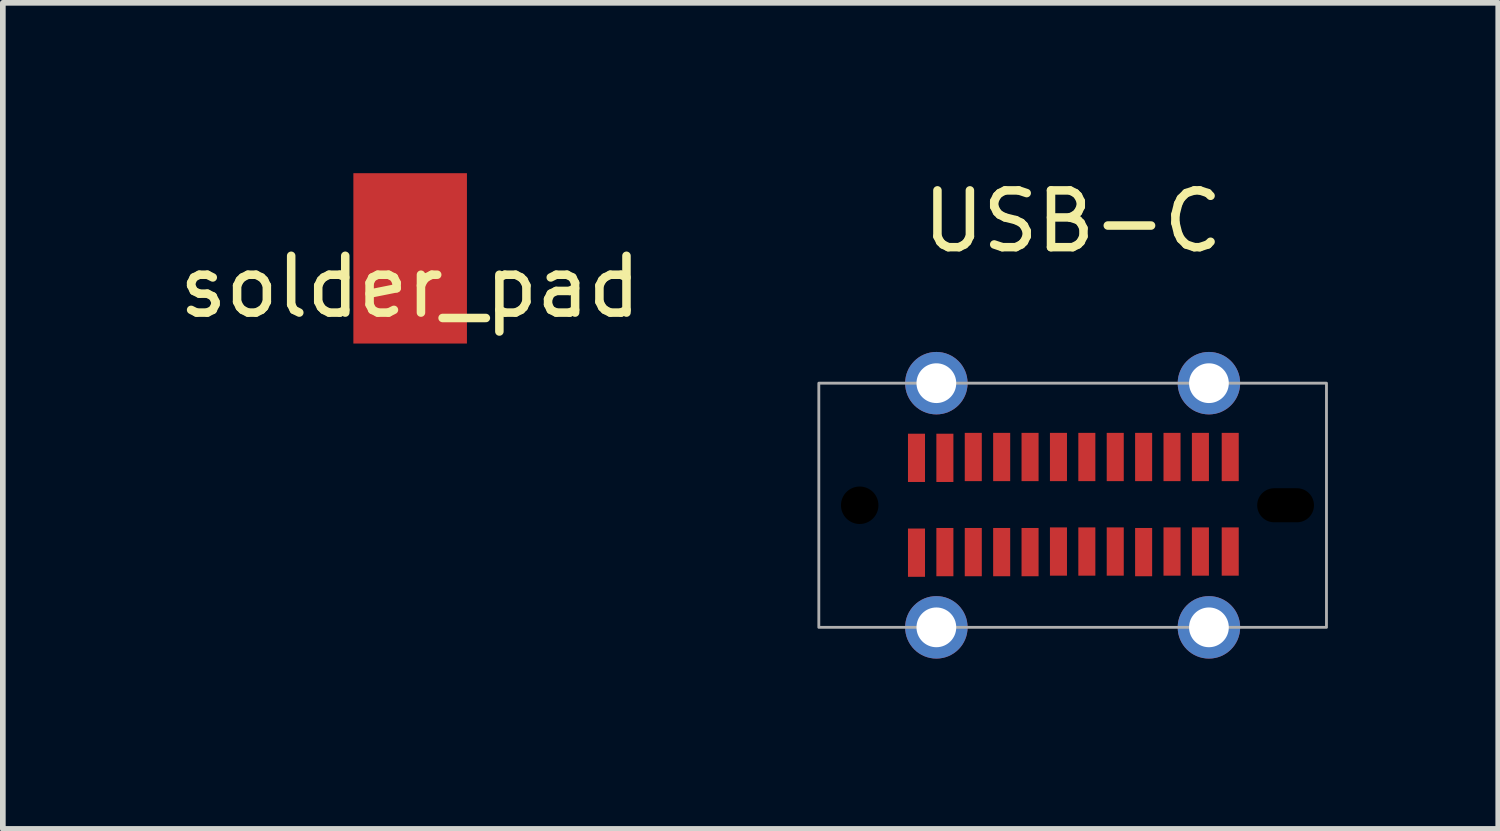
<source format=kicad_pcb>
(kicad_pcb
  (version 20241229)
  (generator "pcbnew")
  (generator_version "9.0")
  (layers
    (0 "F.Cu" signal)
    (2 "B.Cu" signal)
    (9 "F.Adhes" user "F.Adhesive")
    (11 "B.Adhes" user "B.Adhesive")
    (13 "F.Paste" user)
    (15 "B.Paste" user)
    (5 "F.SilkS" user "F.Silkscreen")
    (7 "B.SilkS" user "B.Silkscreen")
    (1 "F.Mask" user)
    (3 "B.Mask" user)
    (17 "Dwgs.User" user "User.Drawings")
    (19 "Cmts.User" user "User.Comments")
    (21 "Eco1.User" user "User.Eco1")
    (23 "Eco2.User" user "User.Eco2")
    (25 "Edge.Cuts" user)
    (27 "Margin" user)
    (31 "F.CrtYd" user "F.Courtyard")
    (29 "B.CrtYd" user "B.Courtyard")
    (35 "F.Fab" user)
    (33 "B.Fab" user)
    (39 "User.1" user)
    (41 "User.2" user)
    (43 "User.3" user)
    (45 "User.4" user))
  (footprint "USB-C"
    (layer "F.Cu")
    (at 15.84 5.848)
    (property "Reference" "USB-C" (at 0 -5 0) (unlocked yes) (layer "F.SilkS") (effects (font (size 1 1) (thickness 0.15))))
    (fp_rect (start 4.47 -2.15) (end -4.47 2.15) (stroke (width 0.05) (type solid)) (fill no) (layer "F.Fab"))
    (pad "" np_thru_hole circle (at -3.75 0) (size 0.66 0.66) (drill 0.66) (layers "*.Mask"))
    (pad "" np_thru_hole oval (at 3.75 0) (size 1 0.6) (drill oval 1 0.6) (layers "*.Mask"))
    (pad "1" smd rect (at -2.75 -0.835) (size 0.3 0.85) (layers "F.Cu" "F.Mask" "F.Paste"))
    (pad "2" smd rect (at -2.25 -0.835) (size 0.3 0.85) (layers "F.Cu" "F.Mask" "F.Paste"))
    (pad "3" smd rect (at -1.75 -0.85) (size 0.3 0.85) (layers "F.Cu" "F.Mask" "F.Paste"))
    (pad "4" smd rect (at -1.25 -0.85) (size 0.3 0.85) (layers "F.Cu" "F.Mask" "F.Paste"))
    (pad "5" smd rect (at -0.75 -0.85) (size 0.3 0.85) (layers "F.Cu" "F.Mask" "F.Paste"))
    (pad "6" smd rect (at -0.25 -0.85) (size 0.3 0.85) (layers "F.Cu" "F.Mask" "F.Paste"))
    (pad "7" smd rect (at 0.25 -0.85) (size 0.3 0.85) (layers "F.Cu" "F.Mask" "F.Paste"))
    (pad "8" smd rect (at 0.75 -0.85) (size 0.3 0.85) (layers "F.Cu" "F.Mask" "F.Paste"))
    (pad "9" smd rect (at 1.25 -0.85) (size 0.3 0.85) (layers "F.Cu" "F.Mask" "F.Paste"))
    (pad "10" smd rect (at 1.75 -0.85) (size 0.3 0.85) (layers "F.Cu" "F.Mask" "F.Paste"))
    (pad "11" smd rect (at 2.25 -0.85) (size 0.3 0.85) (layers "F.Cu" "F.Mask" "F.Paste"))
    (pad "12" smd rect (at 2.775 -0.85) (size 0.3 0.85) (layers "F.Cu" "F.Mask" "F.Paste"))
    (pad "13" smd rect (at -2.75 0.835) (size 0.3 0.85) (layers "F.Cu" "F.Mask" "F.Paste"))
    (pad "14" smd rect (at -2.25 0.825) (size 0.3 0.85) (layers "F.Cu" "F.Mask" "F.Paste"))
    (pad "15" smd rect (at -1.75 0.825) (size 0.3 0.85) (layers "F.Cu" "F.Mask" "F.Paste"))
    (pad "16" smd rect (at -1.25 0.825) (size 0.3 0.85) (layers "F.Cu" "F.Mask" "F.Paste"))
    (pad "17" smd rect (at -0.75 0.825) (size 0.3 0.85) (layers "F.Cu" "F.Mask" "F.Paste"))
    (pad "18" smd rect (at -0.25 0.815) (size 0.3 0.85) (layers "F.Cu" "F.Mask" "F.Paste"))
    (pad "19" smd rect (at 0.25 0.815) (size 0.3 0.85) (layers "F.Cu" "F.Mask" "F.Paste"))
    (pad "20" smd rect (at 0.75 0.815) (size 0.3 0.85) (layers "F.Cu" "F.Mask" "F.Paste"))
    (pad "21" smd rect (at 1.25 0.825) (size 0.3 0.85) (layers "F.Cu" "F.Mask" "F.Paste"))
    (pad "22" smd rect (at 1.75 0.815) (size 0.3 0.85) (layers "F.Cu" "F.Mask" "F.Paste"))
    (pad "23" smd rect (at 2.25 0.815) (size 0.3 0.85) (layers "F.Cu" "F.Mask" "F.Paste"))
    (pad "24" smd rect (at 2.775 0.815) (size 0.3 0.85) (layers "F.Cu" "F.Mask" "F.Paste"))
    (pad "25" thru_hole circle (at -2.4 -2.15) (size 1.1 1.1) (drill 0.7) (layers "*.Cu" "*.Mask"))
    (pad "25" thru_hole circle (at -2.4 2.15) (size 1.1 1.1) (drill 0.7) (layers "*.Cu" "*.Mask"))
    (pad "25" thru_hole circle (at 2.4 -2.15) (size 1.1 1.1) (drill 0.7) (layers "*.Cu" "*.Mask"))
    (pad "25" thru_hole circle (at 2.4 2.15) (size 1.1 1.1) (drill 0.7) (layers "*.Cu" "*.Mask")))
  (footprint "solder_pad"
    (layer "F.Cu")
    (at 4.173 1.5)
    (property "Reference" "solder_pad" (at 0 0.5 0) (layer "F.SilkS") (effects (font (size 1 1) (thickness 0.15))))
    (attr through_hole)
    (pad "1" smd rect (at 0 0) (size 2 3) (layers "F.Cu" "F.Mask" "F.Paste")))
  (gr_rect
    (start -3 -3)
    (end 23.335 11.548)
    (stroke (width 0.1) (type default))
    (fill no)
    (layer "Edge.Cuts")))
</source>
